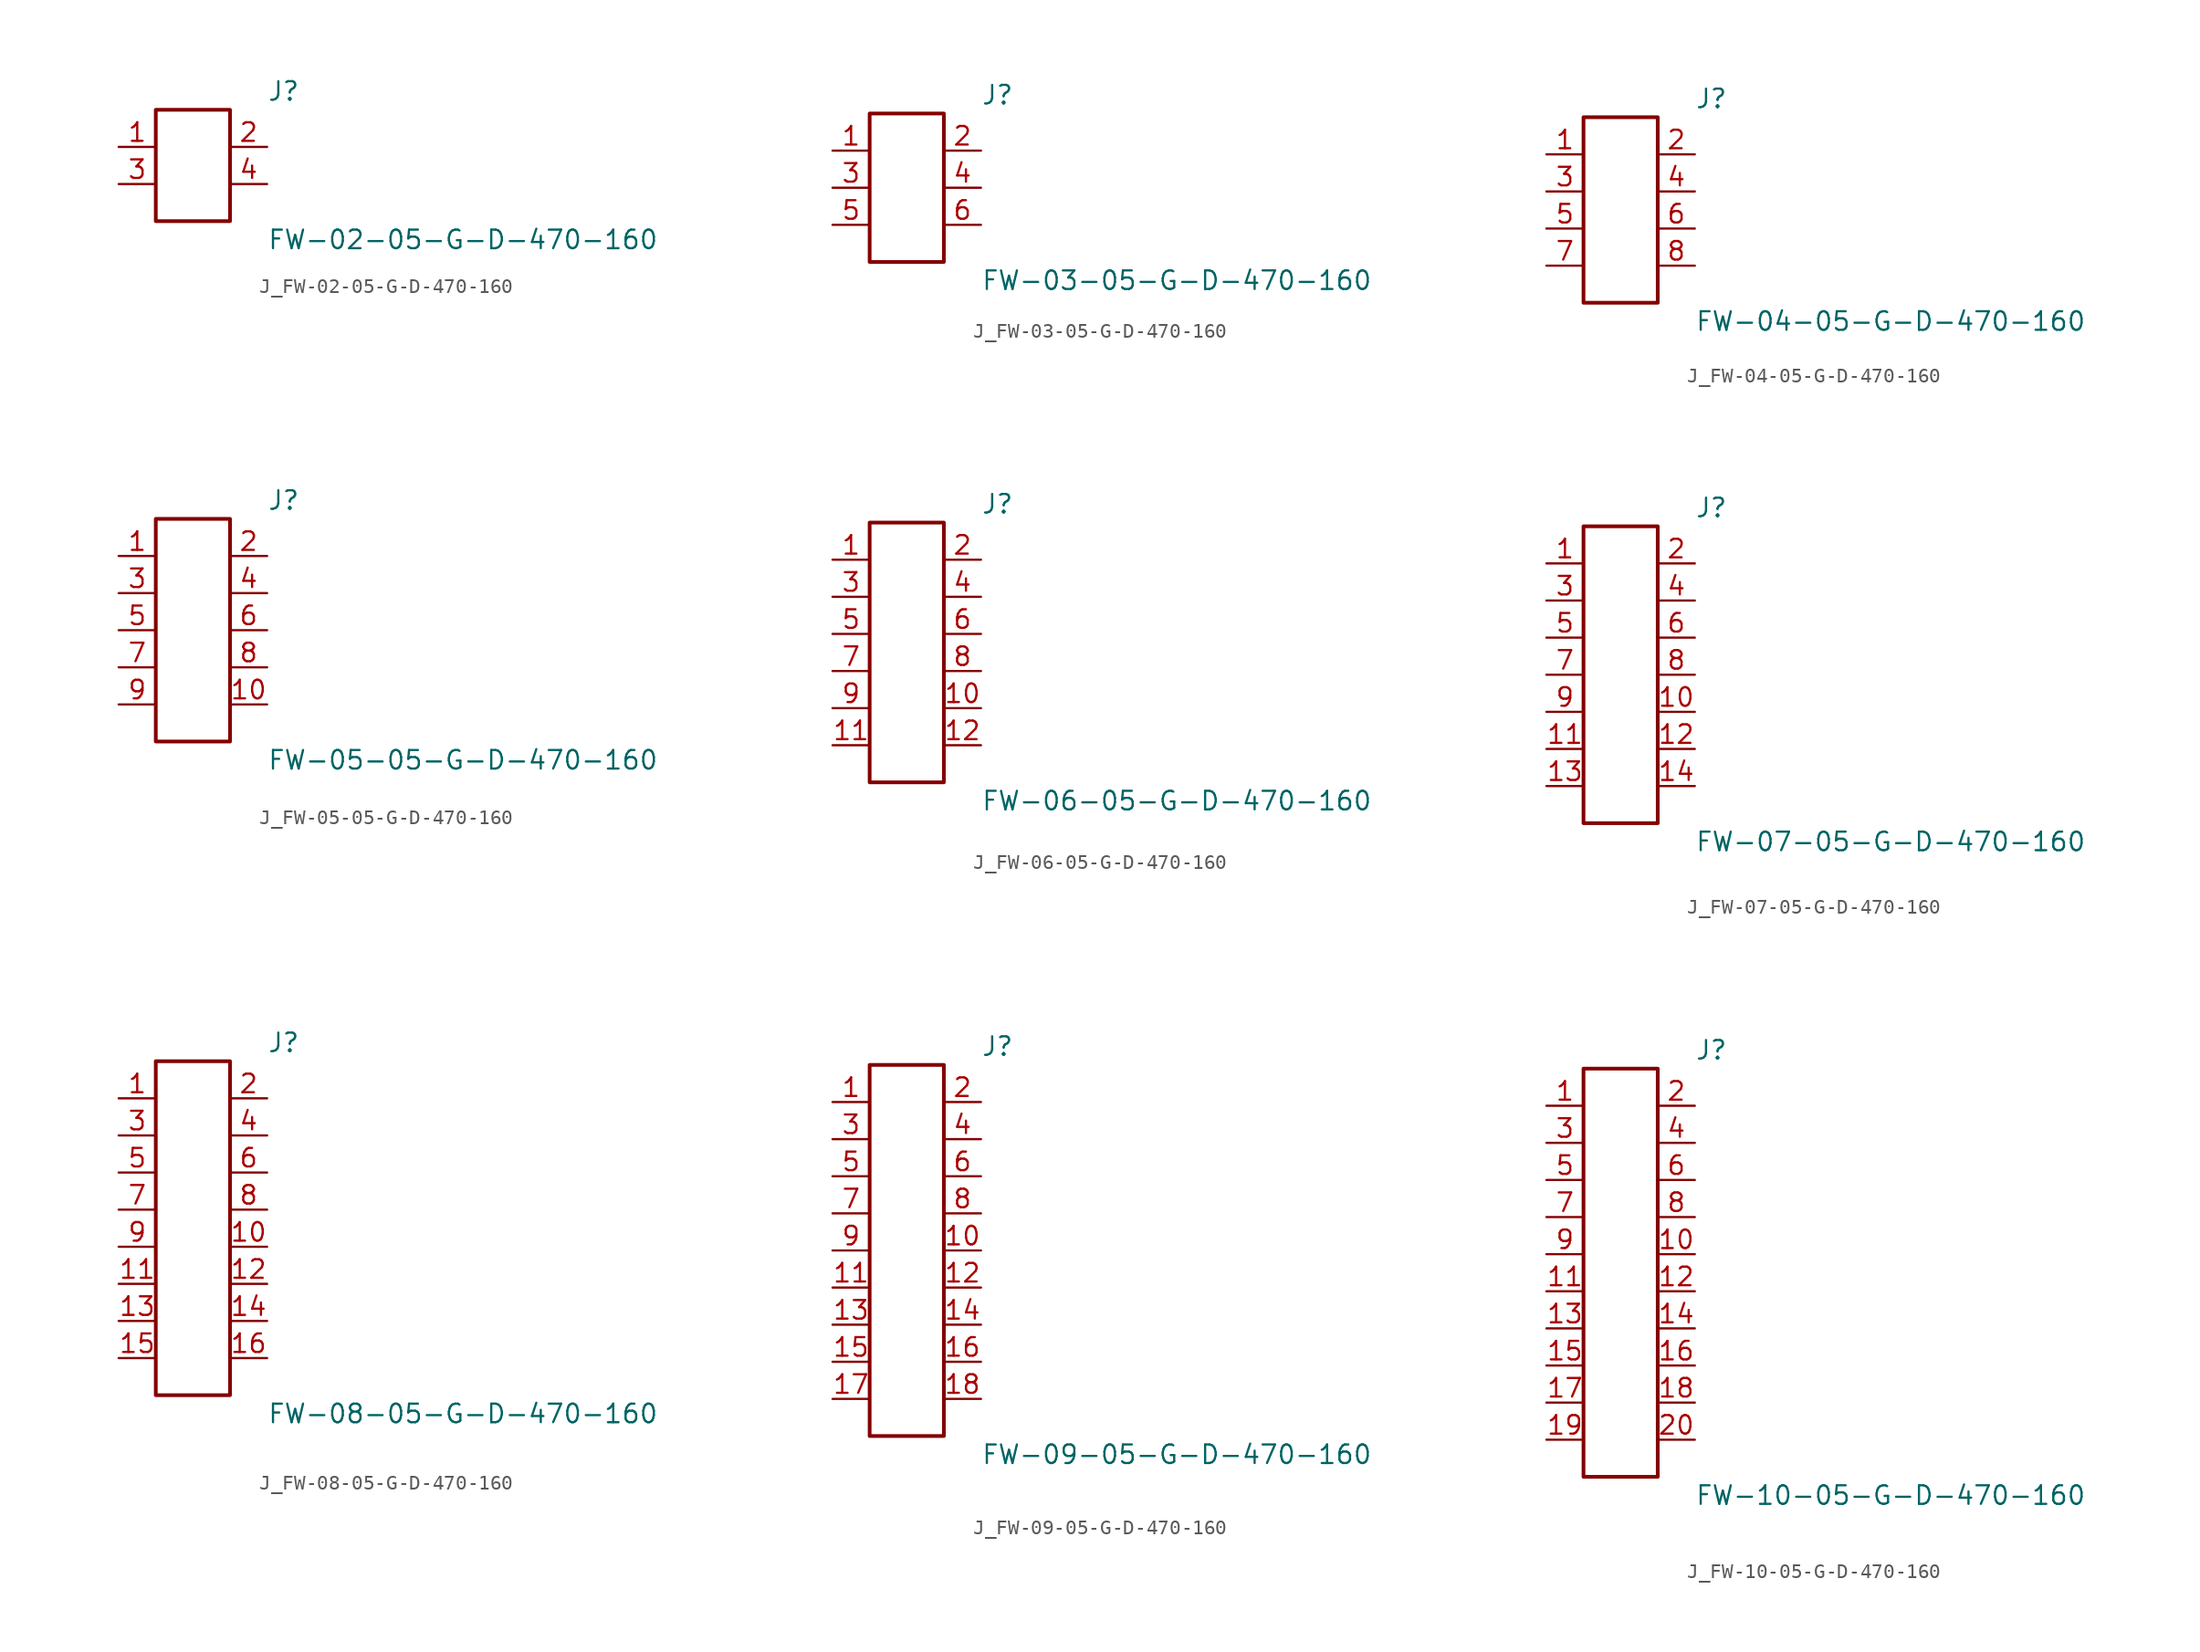
<source format=kicad_sym>
(kicad_symbol_lib
  (version 20231120)
  (generator kicad_symbol_editor)
  (generator_version 8.0)
  (symbol "J_FW-02-05-G-D-470-160"
    (pin_names
      (offset 0.254))
    (property "Reference" "J"
      (at 5.08 5.08 0)
      (effects (font (size 1.27 1.27)) (justify left)))
    (property "Value" "FW-02-05-G-D-470-160"
      (at 5.08 -5.08 0)
      (effects (font (size 1.27 1.27)) (justify left)))
    (symbol "J_FW-02-05-G-D-470-160_0_0"
      (pin unspecified line (at -5.08 1.27 0) (length 2.54) (name "" (effects (font (size 1.27 1.27)))) (number "1" (effects (font (size 1.27 1.27)))))
      (pin unspecified line (at 5.08 1.27 180) (length 2.54) (name "" (effects (font (size 1.27 1.27)))) (number "2" (effects (font (size 1.27 1.27)))))
      (pin unspecified line (at -5.08 -1.27 0) (length 2.54) (name "" (effects (font (size 1.27 1.27)))) (number "3" (effects (font (size 1.27 1.27)))))
      (pin unspecified line (at 5.08 -1.27 180) (length 2.54) (name "" (effects (font (size 1.27 1.27)))) (number "4" (effects (font (size 1.27 1.27))))))
    (symbol "J_FW-02-05-G-D-470-160_1_0"
      (rectangle (start -2.54 3.81) (end 2.54 -3.81) (stroke (width 0.254) (type solid)) (fill (type none)))))
  (symbol "J_FW-03-05-G-D-470-160"
    (pin_names
      (offset 0.254))
    (property "Reference" "J"
      (at 5.08 6.35 0)
      (effects (font (size 1.27 1.27)) (justify left)))
    (property "Value" "FW-03-05-G-D-470-160"
      (at 5.08 -6.35 0)
      (effects (font (size 1.27 1.27)) (justify left)))
    (symbol "J_FW-03-05-G-D-470-160_0_0"
      (pin unspecified line (at -5.08 2.54 0) (length 2.54) (name "" (effects (font (size 1.27 1.27)))) (number "1" (effects (font (size 1.27 1.27)))))
      (pin unspecified line (at 5.08 2.54 180) (length 2.54) (name "" (effects (font (size 1.27 1.27)))) (number "2" (effects (font (size 1.27 1.27)))))
      (pin unspecified line (at -5.08 0.0 0) (length 2.54) (name "" (effects (font (size 1.27 1.27)))) (number "3" (effects (font (size 1.27 1.27)))))
      (pin unspecified line (at 5.08 0.0 180) (length 2.54) (name "" (effects (font (size 1.27 1.27)))) (number "4" (effects (font (size 1.27 1.27)))))
      (pin unspecified line (at -5.08 -2.54 0) (length 2.54) (name "" (effects (font (size 1.27 1.27)))) (number "5" (effects (font (size 1.27 1.27)))))
      (pin unspecified line (at 5.08 -2.54 180) (length 2.54) (name "" (effects (font (size 1.27 1.27)))) (number "6" (effects (font (size 1.27 1.27))))))
    (symbol "J_FW-03-05-G-D-470-160_1_0"
      (rectangle (start -2.54 5.08) (end 2.54 -5.08) (stroke (width 0.254) (type solid)) (fill (type none)))))
  (symbol "J_FW-04-05-G-D-470-160"
    (pin_names
      (offset 0.254))
    (property "Reference" "J"
      (at 5.08 7.62 0)
      (effects (font (size 1.27 1.27)) (justify left)))
    (property "Value" "FW-04-05-G-D-470-160"
      (at 5.08 -7.62 0)
      (effects (font (size 1.27 1.27)) (justify left)))
    (symbol "J_FW-04-05-G-D-470-160_0_0"
      (pin unspecified line (at -5.08 3.81 0) (length 2.54) (name "" (effects (font (size 1.27 1.27)))) (number "1" (effects (font (size 1.27 1.27)))))
      (pin unspecified line (at 5.08 3.81 180) (length 2.54) (name "" (effects (font (size 1.27 1.27)))) (number "2" (effects (font (size 1.27 1.27)))))
      (pin unspecified line (at -5.08 1.27 0) (length 2.54) (name "" (effects (font (size 1.27 1.27)))) (number "3" (effects (font (size 1.27 1.27)))))
      (pin unspecified line (at 5.08 1.27 180) (length 2.54) (name "" (effects (font (size 1.27 1.27)))) (number "4" (effects (font (size 1.27 1.27)))))
      (pin unspecified line (at -5.08 -1.27 0) (length 2.54) (name "" (effects (font (size 1.27 1.27)))) (number "5" (effects (font (size 1.27 1.27)))))
      (pin unspecified line (at 5.08 -1.27 180) (length 2.54) (name "" (effects (font (size 1.27 1.27)))) (number "6" (effects (font (size 1.27 1.27)))))
      (pin unspecified line (at -5.08 -3.81 0) (length 2.54) (name "" (effects (font (size 1.27 1.27)))) (number "7" (effects (font (size 1.27 1.27)))))
      (pin unspecified line (at 5.08 -3.81 180) (length 2.54) (name "" (effects (font (size 1.27 1.27)))) (number "8" (effects (font (size 1.27 1.27))))))
    (symbol "J_FW-04-05-G-D-470-160_1_0"
      (rectangle (start -2.54 6.35) (end 2.54 -6.35) (stroke (width 0.254) (type solid)) (fill (type none)))))
  (symbol "J_FW-05-05-G-D-470-160"
    (pin_names
      (offset 0.254))
    (property "Reference" "J"
      (at 5.08 8.89 0)
      (effects (font (size 1.27 1.27)) (justify left)))
    (property "Value" "FW-05-05-G-D-470-160"
      (at 5.08 -8.89 0)
      (effects (font (size 1.27 1.27)) (justify left)))
    (symbol "J_FW-05-05-G-D-470-160_0_0"
      (pin unspecified line (at -5.08 5.08 0) (length 2.54) (name "" (effects (font (size 1.27 1.27)))) (number "1" (effects (font (size 1.27 1.27)))))
      (pin unspecified line (at 5.08 5.08 180) (length 2.54) (name "" (effects (font (size 1.27 1.27)))) (number "2" (effects (font (size 1.27 1.27)))))
      (pin unspecified line (at -5.08 2.54 0) (length 2.54) (name "" (effects (font (size 1.27 1.27)))) (number "3" (effects (font (size 1.27 1.27)))))
      (pin unspecified line (at 5.08 2.54 180) (length 2.54) (name "" (effects (font (size 1.27 1.27)))) (number "4" (effects (font (size 1.27 1.27)))))
      (pin unspecified line (at -5.08 0.0 0) (length 2.54) (name "" (effects (font (size 1.27 1.27)))) (number "5" (effects (font (size 1.27 1.27)))))
      (pin unspecified line (at 5.08 0.0 180) (length 2.54) (name "" (effects (font (size 1.27 1.27)))) (number "6" (effects (font (size 1.27 1.27)))))
      (pin unspecified line (at -5.08 -2.54 0) (length 2.54) (name "" (effects (font (size 1.27 1.27)))) (number "7" (effects (font (size 1.27 1.27)))))
      (pin unspecified line (at 5.08 -2.54 180) (length 2.54) (name "" (effects (font (size 1.27 1.27)))) (number "8" (effects (font (size 1.27 1.27)))))
      (pin unspecified line (at -5.08 -5.08 0) (length 2.54) (name "" (effects (font (size 1.27 1.27)))) (number "9" (effects (font (size 1.27 1.27)))))
      (pin unspecified line (at 5.08 -5.08 180) (length 2.54) (name "" (effects (font (size 1.27 1.27)))) (number "10" (effects (font (size 1.27 1.27))))))
    (symbol "J_FW-05-05-G-D-470-160_1_0"
      (rectangle (start -2.54 7.62) (end 2.54 -7.62) (stroke (width 0.254) (type solid)) (fill (type none)))))
  (symbol "J_FW-06-05-G-D-470-160"
    (pin_names
      (offset 0.254))
    (property "Reference" "J"
      (at 5.08 10.16 0)
      (effects (font (size 1.27 1.27)) (justify left)))
    (property "Value" "FW-06-05-G-D-470-160"
      (at 5.08 -10.16 0)
      (effects (font (size 1.27 1.27)) (justify left)))
    (symbol "J_FW-06-05-G-D-470-160_0_0"
      (pin unspecified line (at -5.08 6.35 0) (length 2.54) (name "" (effects (font (size 1.27 1.27)))) (number "1" (effects (font (size 1.27 1.27)))))
      (pin unspecified line (at 5.08 6.35 180) (length 2.54) (name "" (effects (font (size 1.27 1.27)))) (number "2" (effects (font (size 1.27 1.27)))))
      (pin unspecified line (at -5.08 3.81 0) (length 2.54) (name "" (effects (font (size 1.27 1.27)))) (number "3" (effects (font (size 1.27 1.27)))))
      (pin unspecified line (at 5.08 3.81 180) (length 2.54) (name "" (effects (font (size 1.27 1.27)))) (number "4" (effects (font (size 1.27 1.27)))))
      (pin unspecified line (at -5.08 1.27 0) (length 2.54) (name "" (effects (font (size 1.27 1.27)))) (number "5" (effects (font (size 1.27 1.27)))))
      (pin unspecified line (at 5.08 1.27 180) (length 2.54) (name "" (effects (font (size 1.27 1.27)))) (number "6" (effects (font (size 1.27 1.27)))))
      (pin unspecified line (at -5.08 -1.27 0) (length 2.54) (name "" (effects (font (size 1.27 1.27)))) (number "7" (effects (font (size 1.27 1.27)))))
      (pin unspecified line (at 5.08 -1.27 180) (length 2.54) (name "" (effects (font (size 1.27 1.27)))) (number "8" (effects (font (size 1.27 1.27)))))
      (pin unspecified line (at -5.08 -3.81 0) (length 2.54) (name "" (effects (font (size 1.27 1.27)))) (number "9" (effects (font (size 1.27 1.27)))))
      (pin unspecified line (at 5.08 -3.81 180) (length 2.54) (name "" (effects (font (size 1.27 1.27)))) (number "10" (effects (font (size 1.27 1.27)))))
      (pin unspecified line (at -5.08 -6.35 0) (length 2.54) (name "" (effects (font (size 1.27 1.27)))) (number "11" (effects (font (size 1.27 1.27)))))
      (pin unspecified line (at 5.08 -6.35 180) (length 2.54) (name "" (effects (font (size 1.27 1.27)))) (number "12" (effects (font (size 1.27 1.27))))))
    (symbol "J_FW-06-05-G-D-470-160_1_0"
      (rectangle (start -2.54 8.89) (end 2.54 -8.89) (stroke (width 0.254) (type solid)) (fill (type none)))))
  (symbol "J_FW-07-05-G-D-470-160"
    (pin_names
      (offset 0.254))
    (property "Reference" "J"
      (at 5.08 11.43 0)
      (effects (font (size 1.27 1.27)) (justify left)))
    (property "Value" "FW-07-05-G-D-470-160"
      (at 5.08 -11.43 0)
      (effects (font (size 1.27 1.27)) (justify left)))
    (symbol "J_FW-07-05-G-D-470-160_0_0"
      (pin unspecified line (at -5.08 7.62 0) (length 2.54) (name "" (effects (font (size 1.27 1.27)))) (number "1" (effects (font (size 1.27 1.27)))))
      (pin unspecified line (at 5.08 7.62 180) (length 2.54) (name "" (effects (font (size 1.27 1.27)))) (number "2" (effects (font (size 1.27 1.27)))))
      (pin unspecified line (at -5.08 5.08 0) (length 2.54) (name "" (effects (font (size 1.27 1.27)))) (number "3" (effects (font (size 1.27 1.27)))))
      (pin unspecified line (at 5.08 5.08 180) (length 2.54) (name "" (effects (font (size 1.27 1.27)))) (number "4" (effects (font (size 1.27 1.27)))))
      (pin unspecified line (at -5.08 2.54 0) (length 2.54) (name "" (effects (font (size 1.27 1.27)))) (number "5" (effects (font (size 1.27 1.27)))))
      (pin unspecified line (at 5.08 2.54 180) (length 2.54) (name "" (effects (font (size 1.27 1.27)))) (number "6" (effects (font (size 1.27 1.27)))))
      (pin unspecified line (at -5.08 0.0 0) (length 2.54) (name "" (effects (font (size 1.27 1.27)))) (number "7" (effects (font (size 1.27 1.27)))))
      (pin unspecified line (at 5.08 0.0 180) (length 2.54) (name "" (effects (font (size 1.27 1.27)))) (number "8" (effects (font (size 1.27 1.27)))))
      (pin unspecified line (at -5.08 -2.54 0) (length 2.54) (name "" (effects (font (size 1.27 1.27)))) (number "9" (effects (font (size 1.27 1.27)))))
      (pin unspecified line (at 5.08 -2.54 180) (length 2.54) (name "" (effects (font (size 1.27 1.27)))) (number "10" (effects (font (size 1.27 1.27)))))
      (pin unspecified line (at -5.08 -5.08 0) (length 2.54) (name "" (effects (font (size 1.27 1.27)))) (number "11" (effects (font (size 1.27 1.27)))))
      (pin unspecified line (at 5.08 -5.08 180) (length 2.54) (name "" (effects (font (size 1.27 1.27)))) (number "12" (effects (font (size 1.27 1.27)))))
      (pin unspecified line (at -5.08 -7.62 0) (length 2.54) (name "" (effects (font (size 1.27 1.27)))) (number "13" (effects (font (size 1.27 1.27)))))
      (pin unspecified line (at 5.08 -7.62 180) (length 2.54) (name "" (effects (font (size 1.27 1.27)))) (number "14" (effects (font (size 1.27 1.27))))))
    (symbol "J_FW-07-05-G-D-470-160_1_0"
      (rectangle (start -2.54 10.16) (end 2.54 -10.16) (stroke (width 0.254) (type solid)) (fill (type none)))))
  (symbol "J_FW-08-05-G-D-470-160"
    (pin_names
      (offset 0.254))
    (property "Reference" "J"
      (at 5.08 12.7 0)
      (effects (font (size 1.27 1.27)) (justify left)))
    (property "Value" "FW-08-05-G-D-470-160"
      (at 5.08 -12.7 0)
      (effects (font (size 1.27 1.27)) (justify left)))
    (symbol "J_FW-08-05-G-D-470-160_0_0"
      (pin unspecified line (at -5.08 8.89 0) (length 2.54) (name "" (effects (font (size 1.27 1.27)))) (number "1" (effects (font (size 1.27 1.27)))))
      (pin unspecified line (at 5.08 8.89 180) (length 2.54) (name "" (effects (font (size 1.27 1.27)))) (number "2" (effects (font (size 1.27 1.27)))))
      (pin unspecified line (at -5.08 6.35 0) (length 2.54) (name "" (effects (font (size 1.27 1.27)))) (number "3" (effects (font (size 1.27 1.27)))))
      (pin unspecified line (at 5.08 6.35 180) (length 2.54) (name "" (effects (font (size 1.27 1.27)))) (number "4" (effects (font (size 1.27 1.27)))))
      (pin unspecified line (at -5.08 3.81 0) (length 2.54) (name "" (effects (font (size 1.27 1.27)))) (number "5" (effects (font (size 1.27 1.27)))))
      (pin unspecified line (at 5.08 3.81 180) (length 2.54) (name "" (effects (font (size 1.27 1.27)))) (number "6" (effects (font (size 1.27 1.27)))))
      (pin unspecified line (at -5.08 1.27 0) (length 2.54) (name "" (effects (font (size 1.27 1.27)))) (number "7" (effects (font (size 1.27 1.27)))))
      (pin unspecified line (at 5.08 1.27 180) (length 2.54) (name "" (effects (font (size 1.27 1.27)))) (number "8" (effects (font (size 1.27 1.27)))))
      (pin unspecified line (at -5.08 -1.27 0) (length 2.54) (name "" (effects (font (size 1.27 1.27)))) (number "9" (effects (font (size 1.27 1.27)))))
      (pin unspecified line (at 5.08 -1.27 180) (length 2.54) (name "" (effects (font (size 1.27 1.27)))) (number "10" (effects (font (size 1.27 1.27)))))
      (pin unspecified line (at -5.08 -3.81 0) (length 2.54) (name "" (effects (font (size 1.27 1.27)))) (number "11" (effects (font (size 1.27 1.27)))))
      (pin unspecified line (at 5.08 -3.81 180) (length 2.54) (name "" (effects (font (size 1.27 1.27)))) (number "12" (effects (font (size 1.27 1.27)))))
      (pin unspecified line (at -5.08 -6.35 0) (length 2.54) (name "" (effects (font (size 1.27 1.27)))) (number "13" (effects (font (size 1.27 1.27)))))
      (pin unspecified line (at 5.08 -6.35 180) (length 2.54) (name "" (effects (font (size 1.27 1.27)))) (number "14" (effects (font (size 1.27 1.27)))))
      (pin unspecified line (at -5.08 -8.89 0) (length 2.54) (name "" (effects (font (size 1.27 1.27)))) (number "15" (effects (font (size 1.27 1.27)))))
      (pin unspecified line (at 5.08 -8.89 180) (length 2.54) (name "" (effects (font (size 1.27 1.27)))) (number "16" (effects (font (size 1.27 1.27))))))
    (symbol "J_FW-08-05-G-D-470-160_1_0"
      (rectangle (start -2.54 11.43) (end 2.54 -11.43) (stroke (width 0.254) (type solid)) (fill (type none)))))
  (symbol "J_FW-09-05-G-D-470-160"
    (pin_names
      (offset 0.254))
    (property "Reference" "J"
      (at 5.08 13.97 0)
      (effects (font (size 1.27 1.27)) (justify left)))
    (property "Value" "FW-09-05-G-D-470-160"
      (at 5.08 -13.97 0)
      (effects (font (size 1.27 1.27)) (justify left)))
    (symbol "J_FW-09-05-G-D-470-160_0_0"
      (pin unspecified line (at -5.08 10.16 0) (length 2.54) (name "" (effects (font (size 1.27 1.27)))) (number "1" (effects (font (size 1.27 1.27)))))
      (pin unspecified line (at 5.08 10.16 180) (length 2.54) (name "" (effects (font (size 1.27 1.27)))) (number "2" (effects (font (size 1.27 1.27)))))
      (pin unspecified line (at -5.08 7.62 0) (length 2.54) (name "" (effects (font (size 1.27 1.27)))) (number "3" (effects (font (size 1.27 1.27)))))
      (pin unspecified line (at 5.08 7.62 180) (length 2.54) (name "" (effects (font (size 1.27 1.27)))) (number "4" (effects (font (size 1.27 1.27)))))
      (pin unspecified line (at -5.08 5.08 0) (length 2.54) (name "" (effects (font (size 1.27 1.27)))) (number "5" (effects (font (size 1.27 1.27)))))
      (pin unspecified line (at 5.08 5.08 180) (length 2.54) (name "" (effects (font (size 1.27 1.27)))) (number "6" (effects (font (size 1.27 1.27)))))
      (pin unspecified line (at -5.08 2.54 0) (length 2.54) (name "" (effects (font (size 1.27 1.27)))) (number "7" (effects (font (size 1.27 1.27)))))
      (pin unspecified line (at 5.08 2.54 180) (length 2.54) (name "" (effects (font (size 1.27 1.27)))) (number "8" (effects (font (size 1.27 1.27)))))
      (pin unspecified line (at -5.08 0.0 0) (length 2.54) (name "" (effects (font (size 1.27 1.27)))) (number "9" (effects (font (size 1.27 1.27)))))
      (pin unspecified line (at 5.08 0.0 180) (length 2.54) (name "" (effects (font (size 1.27 1.27)))) (number "10" (effects (font (size 1.27 1.27)))))
      (pin unspecified line (at -5.08 -2.54 0) (length 2.54) (name "" (effects (font (size 1.27 1.27)))) (number "11" (effects (font (size 1.27 1.27)))))
      (pin unspecified line (at 5.08 -2.54 180) (length 2.54) (name "" (effects (font (size 1.27 1.27)))) (number "12" (effects (font (size 1.27 1.27)))))
      (pin unspecified line (at -5.08 -5.08 0) (length 2.54) (name "" (effects (font (size 1.27 1.27)))) (number "13" (effects (font (size 1.27 1.27)))))
      (pin unspecified line (at 5.08 -5.08 180) (length 2.54) (name "" (effects (font (size 1.27 1.27)))) (number "14" (effects (font (size 1.27 1.27)))))
      (pin unspecified line (at -5.08 -7.62 0) (length 2.54) (name "" (effects (font (size 1.27 1.27)))) (number "15" (effects (font (size 1.27 1.27)))))
      (pin unspecified line (at 5.08 -7.62 180) (length 2.54) (name "" (effects (font (size 1.27 1.27)))) (number "16" (effects (font (size 1.27 1.27)))))
      (pin unspecified line (at -5.08 -10.16 0) (length 2.54) (name "" (effects (font (size 1.27 1.27)))) (number "17" (effects (font (size 1.27 1.27)))))
      (pin unspecified line (at 5.08 -10.16 180) (length 2.54) (name "" (effects (font (size 1.27 1.27)))) (number "18" (effects (font (size 1.27 1.27))))))
    (symbol "J_FW-09-05-G-D-470-160_1_0"
      (rectangle (start -2.54 12.7) (end 2.54 -12.7) (stroke (width 0.254) (type solid)) (fill (type none)))))
  (symbol "J_FW-10-05-G-D-470-160"
    (pin_names
      (offset 0.254))
    (property "Reference" "J"
      (at 5.08 15.24 0)
      (effects (font (size 1.27 1.27)) (justify left)))
    (property "Value" "FW-10-05-G-D-470-160"
      (at 5.08 -15.24 0)
      (effects (font (size 1.27 1.27)) (justify left)))
    (symbol "J_FW-10-05-G-D-470-160_0_0"
      (pin unspecified line (at -5.08 11.43 0) (length 2.54) (name "" (effects (font (size 1.27 1.27)))) (number "1" (effects (font (size 1.27 1.27)))))
      (pin unspecified line (at 5.08 11.43 180) (length 2.54) (name "" (effects (font (size 1.27 1.27)))) (number "2" (effects (font (size 1.27 1.27)))))
      (pin unspecified line (at -5.08 8.89 0) (length 2.54) (name "" (effects (font (size 1.27 1.27)))) (number "3" (effects (font (size 1.27 1.27)))))
      (pin unspecified line (at 5.08 8.89 180) (length 2.54) (name "" (effects (font (size 1.27 1.27)))) (number "4" (effects (font (size 1.27 1.27)))))
      (pin unspecified line (at -5.08 6.35 0) (length 2.54) (name "" (effects (font (size 1.27 1.27)))) (number "5" (effects (font (size 1.27 1.27)))))
      (pin unspecified line (at 5.08 6.35 180) (length 2.54) (name "" (effects (font (size 1.27 1.27)))) (number "6" (effects (font (size 1.27 1.27)))))
      (pin unspecified line (at -5.08 3.81 0) (length 2.54) (name "" (effects (font (size 1.27 1.27)))) (number "7" (effects (font (size 1.27 1.27)))))
      (pin unspecified line (at 5.08 3.81 180) (length 2.54) (name "" (effects (font (size 1.27 1.27)))) (number "8" (effects (font (size 1.27 1.27)))))
      (pin unspecified line (at -5.08 1.27 0) (length 2.54) (name "" (effects (font (size 1.27 1.27)))) (number "9" (effects (font (size 1.27 1.27)))))
      (pin unspecified line (at 5.08 1.27 180) (length 2.54) (name "" (effects (font (size 1.27 1.27)))) (number "10" (effects (font (size 1.27 1.27)))))
      (pin unspecified line (at -5.08 -1.27 0) (length 2.54) (name "" (effects (font (size 1.27 1.27)))) (number "11" (effects (font (size 1.27 1.27)))))
      (pin unspecified line (at 5.08 -1.27 180) (length 2.54) (name "" (effects (font (size 1.27 1.27)))) (number "12" (effects (font (size 1.27 1.27)))))
      (pin unspecified line (at -5.08 -3.81 0) (length 2.54) (name "" (effects (font (size 1.27 1.27)))) (number "13" (effects (font (size 1.27 1.27)))))
      (pin unspecified line (at 5.08 -3.81 180) (length 2.54) (name "" (effects (font (size 1.27 1.27)))) (number "14" (effects (font (size 1.27 1.27)))))
      (pin unspecified line (at -5.08 -6.35 0) (length 2.54) (name "" (effects (font (size 1.27 1.27)))) (number "15" (effects (font (size 1.27 1.27)))))
      (pin unspecified line (at 5.08 -6.35 180) (length 2.54) (name "" (effects (font (size 1.27 1.27)))) (number "16" (effects (font (size 1.27 1.27)))))
      (pin unspecified line (at -5.08 -8.89 0) (length 2.54) (name "" (effects (font (size 1.27 1.27)))) (number "17" (effects (font (size 1.27 1.27)))))
      (pin unspecified line (at 5.08 -8.89 180) (length 2.54) (name "" (effects (font (size 1.27 1.27)))) (number "18" (effects (font (size 1.27 1.27)))))
      (pin unspecified line (at -5.08 -11.43 0) (length 2.54) (name "" (effects (font (size 1.27 1.27)))) (number "19" (effects (font (size 1.27 1.27)))))
      (pin unspecified line (at 5.08 -11.43 180) (length 2.54) (name "" (effects (font (size 1.27 1.27)))) (number "20" (effects (font (size 1.27 1.27))))))
    (symbol "J_FW-10-05-G-D-470-160_1_0"
      (rectangle (start -2.54 13.97) (end 2.54 -13.97) (stroke (width 0.254) (type solid)) (fill (type none))))))
</source>
